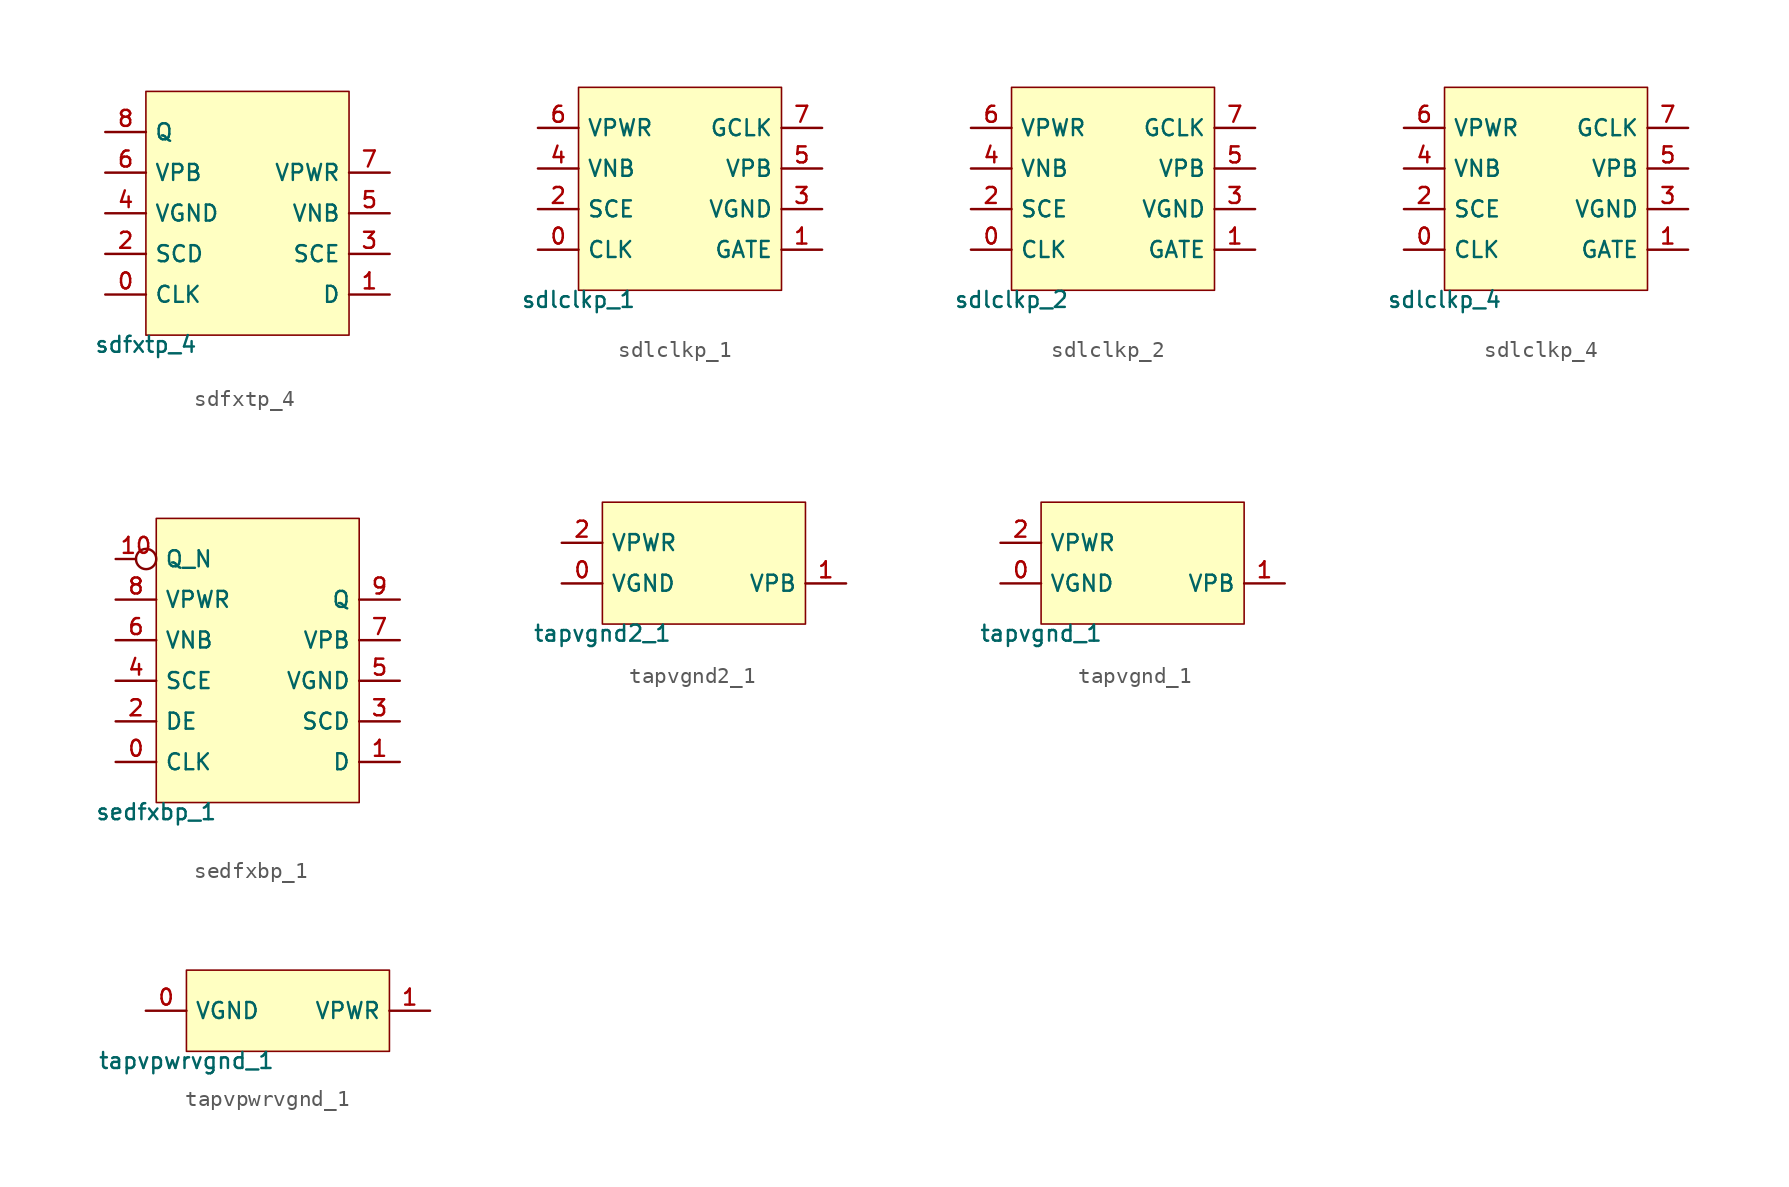
<source format=kicad_sym>
(kicad_symbol_lib
  (version 20211014)
  (generator pdk2kicad)
  (symbol "sdfxtp_4"
    (property "Reference" "X"
      (at 0 0 0)
      (effects (font (size 1 1)) hide))
    (property "Value" "sdfxtp_4"
      (at -6.35 -7.62 0)
      (effects (font (size 1 1)) (justify top)))
    (rectangle
      (start -6.35 -7.62)
      (end 6.35 7.62)
      (stroke (width 0.1) (type solid) (color 0 0 0 0))
      (fill (type background)))
    (pin bidirectional line
      (at -8.89 -5.08 0)
      (length 2.54)
      (name "CLK" (effects (font (size 1 1)) hide))
      (number "0" (effects (font (size 1 1)) hide)))
    (pin bidirectional line
      (at 8.89 -5.08 180)
      (length 2.54)
      (name "D" (effects (font (size 1 1)) hide))
      (number "1" (effects (font (size 1 1)) hide)))
    (pin bidirectional line
      (at -8.89 -2.54 0)
      (length 2.54)
      (name "SCD" (effects (font (size 1 1)) hide))
      (number "2" (effects (font (size 1 1)) hide)))
    (pin bidirectional line
      (at 8.89 -2.54 180)
      (length 2.54)
      (name "SCE" (effects (font (size 1 1)) hide))
      (number "3" (effects (font (size 1 1)) hide)))
    (pin bidirectional line
      (at -8.89 8.881784197001252e-16 0)
      (length 2.54)
      (name "VGND" (effects (font (size 1 1)) hide))
      (number "4" (effects (font (size 1 1)) hide)))
    (pin bidirectional line
      (at 8.89 8.881784197001252e-16 180)
      (length 2.54)
      (name "VNB" (effects (font (size 1 1)) hide))
      (number "5" (effects (font (size 1 1)) hide)))
    (pin bidirectional line
      (at -8.89 2.54 0)
      (length 2.54)
      (name "VPB" (effects (font (size 1 1)) hide))
      (number "6" (effects (font (size 1 1)) hide)))
    (pin bidirectional line
      (at 8.89 2.54 180)
      (length 2.54)
      (name "VPWR" (effects (font (size 1 1)) hide))
      (number "7" (effects (font (size 1 1)) hide)))
    (pin bidirectional line
      (at -8.89 5.08 0)
      (length 2.54)
      (name "Q" (effects (font (size 1 1)) hide))
      (number "8" (effects (font (size 1 1)) hide))))
  (symbol "sdlclkp_1"
    (property "Reference" "X"
      (at 0 0 0)
      (effects (font (size 1 1)) hide))
    (property "Value" "sdlclkp_1"
      (at -6.35 -6.35 0)
      (effects (font (size 1 1)) (justify top)))
    (rectangle
      (start -6.35 -6.35)
      (end 6.35 6.35)
      (stroke (width 0.1) (type solid) (color 0 0 0 0))
      (fill (type background)))
    (pin bidirectional line
      (at -8.89 -3.81 0)
      (length 2.54)
      (name "CLK" (effects (font (size 1 1)) hide))
      (number "0" (effects (font (size 1 1)) hide)))
    (pin bidirectional line
      (at 8.89 -3.81 180)
      (length 2.54)
      (name "GATE" (effects (font (size 1 1)) hide))
      (number "1" (effects (font (size 1 1)) hide)))
    (pin bidirectional line
      (at -8.89 -1.27 0)
      (length 2.54)
      (name "SCE" (effects (font (size 1 1)) hide))
      (number "2" (effects (font (size 1 1)) hide)))
    (pin bidirectional line
      (at 8.89 -1.27 180)
      (length 2.54)
      (name "VGND" (effects (font (size 1 1)) hide))
      (number "3" (effects (font (size 1 1)) hide)))
    (pin bidirectional line
      (at -8.89 1.27 0)
      (length 2.54)
      (name "VNB" (effects (font (size 1 1)) hide))
      (number "4" (effects (font (size 1 1)) hide)))
    (pin bidirectional line
      (at 8.89 1.27 180)
      (length 2.54)
      (name "VPB" (effects (font (size 1 1)) hide))
      (number "5" (effects (font (size 1 1)) hide)))
    (pin bidirectional line
      (at -8.89 3.81 0)
      (length 2.54)
      (name "VPWR" (effects (font (size 1 1)) hide))
      (number "6" (effects (font (size 1 1)) hide)))
    (pin bidirectional line
      (at 8.89 3.81 180)
      (length 2.54)
      (name "GCLK" (effects (font (size 1 1)) hide))
      (number "7" (effects (font (size 1 1)) hide))))
  (symbol "sdlclkp_2"
    (property "Reference" "X"
      (at 0 0 0)
      (effects (font (size 1 1)) hide))
    (property "Value" "sdlclkp_2"
      (at -6.35 -6.35 0)
      (effects (font (size 1 1)) (justify top)))
    (rectangle
      (start -6.35 -6.35)
      (end 6.35 6.35)
      (stroke (width 0.1) (type solid) (color 0 0 0 0))
      (fill (type background)))
    (pin bidirectional line
      (at -8.89 -3.81 0)
      (length 2.54)
      (name "CLK" (effects (font (size 1 1)) hide))
      (number "0" (effects (font (size 1 1)) hide)))
    (pin bidirectional line
      (at 8.89 -3.81 180)
      (length 2.54)
      (name "GATE" (effects (font (size 1 1)) hide))
      (number "1" (effects (font (size 1 1)) hide)))
    (pin bidirectional line
      (at -8.89 -1.27 0)
      (length 2.54)
      (name "SCE" (effects (font (size 1 1)) hide))
      (number "2" (effects (font (size 1 1)) hide)))
    (pin bidirectional line
      (at 8.89 -1.27 180)
      (length 2.54)
      (name "VGND" (effects (font (size 1 1)) hide))
      (number "3" (effects (font (size 1 1)) hide)))
    (pin bidirectional line
      (at -8.89 1.27 0)
      (length 2.54)
      (name "VNB" (effects (font (size 1 1)) hide))
      (number "4" (effects (font (size 1 1)) hide)))
    (pin bidirectional line
      (at 8.89 1.27 180)
      (length 2.54)
      (name "VPB" (effects (font (size 1 1)) hide))
      (number "5" (effects (font (size 1 1)) hide)))
    (pin bidirectional line
      (at -8.89 3.81 0)
      (length 2.54)
      (name "VPWR" (effects (font (size 1 1)) hide))
      (number "6" (effects (font (size 1 1)) hide)))
    (pin bidirectional line
      (at 8.89 3.81 180)
      (length 2.54)
      (name "GCLK" (effects (font (size 1 1)) hide))
      (number "7" (effects (font (size 1 1)) hide))))
  (symbol "sdlclkp_4"
    (property "Reference" "X"
      (at 0 0 0)
      (effects (font (size 1 1)) hide))
    (property "Value" "sdlclkp_4"
      (at -6.35 -6.35 0)
      (effects (font (size 1 1)) (justify top)))
    (rectangle
      (start -6.35 -6.35)
      (end 6.35 6.35)
      (stroke (width 0.1) (type solid) (color 0 0 0 0))
      (fill (type background)))
    (pin bidirectional line
      (at -8.89 -3.81 0)
      (length 2.54)
      (name "CLK" (effects (font (size 1 1)) hide))
      (number "0" (effects (font (size 1 1)) hide)))
    (pin bidirectional line
      (at 8.89 -3.81 180)
      (length 2.54)
      (name "GATE" (effects (font (size 1 1)) hide))
      (number "1" (effects (font (size 1 1)) hide)))
    (pin bidirectional line
      (at -8.89 -1.27 0)
      (length 2.54)
      (name "SCE" (effects (font (size 1 1)) hide))
      (number "2" (effects (font (size 1 1)) hide)))
    (pin bidirectional line
      (at 8.89 -1.27 180)
      (length 2.54)
      (name "VGND" (effects (font (size 1 1)) hide))
      (number "3" (effects (font (size 1 1)) hide)))
    (pin bidirectional line
      (at -8.89 1.27 0)
      (length 2.54)
      (name "VNB" (effects (font (size 1 1)) hide))
      (number "4" (effects (font (size 1 1)) hide)))
    (pin bidirectional line
      (at 8.89 1.27 180)
      (length 2.54)
      (name "VPB" (effects (font (size 1 1)) hide))
      (number "5" (effects (font (size 1 1)) hide)))
    (pin bidirectional line
      (at -8.89 3.81 0)
      (length 2.54)
      (name "VPWR" (effects (font (size 1 1)) hide))
      (number "6" (effects (font (size 1 1)) hide)))
    (pin bidirectional line
      (at 8.89 3.81 180)
      (length 2.54)
      (name "GCLK" (effects (font (size 1 1)) hide))
      (number "7" (effects (font (size 1 1)) hide))))
  (symbol "sedfxbp_1"
    (property "Reference" "X"
      (at 0 0 0)
      (effects (font (size 1 1)) hide))
    (property "Value" "sedfxbp_1"
      (at -6.35 -8.89 0)
      (effects (font (size 1 1)) (justify top)))
    (rectangle
      (start -6.35 -8.89)
      (end 6.35 8.89)
      (stroke (width 0.1) (type solid) (color 0 0 0 0))
      (fill (type background)))
    (pin bidirectional line
      (at -8.89 -6.35 0)
      (length 2.54)
      (name "CLK" (effects (font (size 1 1)) hide))
      (number "0" (effects (font (size 1 1)) hide)))
    (pin bidirectional line
      (at 8.89 -6.35 180)
      (length 2.54)
      (name "D" (effects (font (size 1 1)) hide))
      (number "1" (effects (font (size 1 1)) hide)))
    (pin bidirectional line
      (at -8.89 -3.81 0)
      (length 2.54)
      (name "DE" (effects (font (size 1 1)) hide))
      (number "2" (effects (font (size 1 1)) hide)))
    (pin bidirectional line
      (at 8.89 -3.81 180)
      (length 2.54)
      (name "SCD" (effects (font (size 1 1)) hide))
      (number "3" (effects (font (size 1 1)) hide)))
    (pin bidirectional line
      (at -8.89 -1.27 0)
      (length 2.54)
      (name "SCE" (effects (font (size 1 1)) hide))
      (number "4" (effects (font (size 1 1)) hide)))
    (pin bidirectional line
      (at 8.89 -1.27 180)
      (length 2.54)
      (name "VGND" (effects (font (size 1 1)) hide))
      (number "5" (effects (font (size 1 1)) hide)))
    (pin bidirectional line
      (at -8.89 1.27 0)
      (length 2.54)
      (name "VNB" (effects (font (size 1 1)) hide))
      (number "6" (effects (font (size 1 1)) hide)))
    (pin bidirectional line
      (at 8.89 1.27 180)
      (length 2.54)
      (name "VPB" (effects (font (size 1 1)) hide))
      (number "7" (effects (font (size 1 1)) hide)))
    (pin bidirectional line
      (at -8.89 3.81 0)
      (length 2.54)
      (name "VPWR" (effects (font (size 1 1)) hide))
      (number "8" (effects (font (size 1 1)) hide)))
    (pin bidirectional line
      (at 8.89 3.81 180)
      (length 2.54)
      (name "Q" (effects (font (size 1 1)) hide))
      (number "9" (effects (font (size 1 1)) hide)))
    (pin bidirectional inverted
      (at -8.89 6.35 0)
      (length 2.54)
      (name "Q_N" (effects (font (size 1 1)) hide))
      (number "10" (effects (font (size 1 1)) hide))))
  (symbol "tapvgnd2_1"
    (property "Reference" "X"
      (at 0 0 0)
      (effects (font (size 1 1)) hide))
    (property "Value" "tapvgnd2_1"
      (at -6.35 -3.81 0)
      (effects (font (size 1 1)) (justify top)))
    (rectangle
      (start -6.35 -3.81)
      (end 6.35 3.81)
      (stroke (width 0.1) (type solid) (color 0 0 0 0))
      (fill (type background)))
    (pin bidirectional line
      (at -8.89 -1.27 0)
      (length 2.54)
      (name "VGND" (effects (font (size 1 1)) hide))
      (number "0" (effects (font (size 1 1)) hide)))
    (pin bidirectional line
      (at 8.89 -1.27 180)
      (length 2.54)
      (name "VPB" (effects (font (size 1 1)) hide))
      (number "1" (effects (font (size 1 1)) hide)))
    (pin bidirectional line
      (at -8.89 1.27 0)
      (length 2.54)
      (name "VPWR" (effects (font (size 1 1)) hide))
      (number "2" (effects (font (size 1 1)) hide))))
  (symbol "tapvgnd_1"
    (property "Reference" "X"
      (at 0 0 0)
      (effects (font (size 1 1)) hide))
    (property "Value" "tapvgnd_1"
      (at -6.35 -3.81 0)
      (effects (font (size 1 1)) (justify top)))
    (rectangle
      (start -6.35 -3.81)
      (end 6.35 3.81)
      (stroke (width 0.1) (type solid) (color 0 0 0 0))
      (fill (type background)))
    (pin bidirectional line
      (at -8.89 -1.27 0)
      (length 2.54)
      (name "VGND" (effects (font (size 1 1)) hide))
      (number "0" (effects (font (size 1 1)) hide)))
    (pin bidirectional line
      (at 8.89 -1.27 180)
      (length 2.54)
      (name "VPB" (effects (font (size 1 1)) hide))
      (number "1" (effects (font (size 1 1)) hide)))
    (pin bidirectional line
      (at -8.89 1.27 0)
      (length 2.54)
      (name "VPWR" (effects (font (size 1 1)) hide))
      (number "2" (effects (font (size 1 1)) hide))))
  (symbol "tapvpwrvgnd_1"
    (property "Reference" "X"
      (at 0 0 0)
      (effects (font (size 1 1)) hide))
    (property "Value" "tapvpwrvgnd_1"
      (at -6.35 -2.54 0)
      (effects (font (size 1 1)) (justify top)))
    (rectangle
      (start -6.35 -2.54)
      (end 6.35 2.54)
      (stroke (width 0.1) (type solid) (color 0 0 0 0))
      (fill (type background)))
    (pin bidirectional line
      (at -8.89 0.0 0)
      (length 2.54)
      (name "VGND" (effects (font (size 1 1)) hide))
      (number "0" (effects (font (size 1 1)) hide)))
    (pin bidirectional line
      (at 8.89 0.0 180)
      (length 2.54)
      (name "VPWR" (effects (font (size 1 1)) hide))
      (number "1" (effects (font (size 1 1)) hide)))))
</source>
